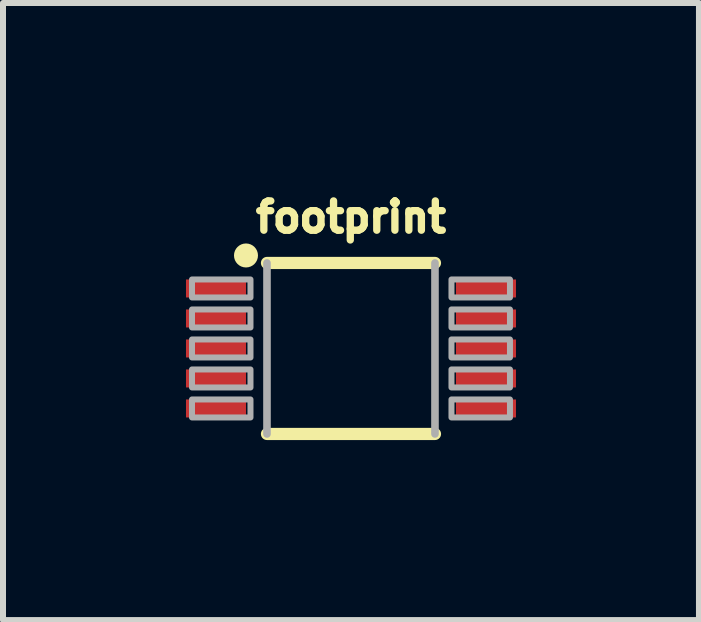
<source format=kicad_pcb>
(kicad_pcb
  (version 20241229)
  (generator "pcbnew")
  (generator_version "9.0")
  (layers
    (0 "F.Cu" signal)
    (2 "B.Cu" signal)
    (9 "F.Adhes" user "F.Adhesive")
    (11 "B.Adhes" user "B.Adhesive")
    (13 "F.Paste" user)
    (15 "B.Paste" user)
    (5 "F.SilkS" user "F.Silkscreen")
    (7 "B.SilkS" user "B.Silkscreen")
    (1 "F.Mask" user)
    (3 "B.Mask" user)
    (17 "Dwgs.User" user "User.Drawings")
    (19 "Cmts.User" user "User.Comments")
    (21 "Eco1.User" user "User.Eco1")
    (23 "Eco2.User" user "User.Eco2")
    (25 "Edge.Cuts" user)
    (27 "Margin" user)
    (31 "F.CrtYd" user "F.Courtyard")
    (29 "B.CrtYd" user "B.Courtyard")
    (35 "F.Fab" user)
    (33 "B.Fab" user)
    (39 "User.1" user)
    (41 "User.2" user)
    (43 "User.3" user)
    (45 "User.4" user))
  (footprint "footprint"
    (layer "F.Cu")
    (at 2.8 2.758)
    (property "Reference" "footprint" (at 0 -1.905 0) (layer "F.SilkS") (effects (font (size 0.488 0.488) (thickness 0.122)) (justify bottom)))
    (fp_poly (pts (xy -2.8 -1.2) (xy -2.8 -0.8) (xy -1.7 -0.8) (xy -1.7 -1.2)) (stroke (width 0) (type solid)) (fill yes) (layer "F.Mask"))
    (fp_poly (pts (xy -2.8 -0.7) (xy -2.8 -0.3) (xy -1.7 -0.3) (xy -1.7 -0.7)) (stroke (width 0) (type solid)) (fill yes) (layer "F.Mask"))
    (fp_poly (pts (xy -2.8 -0.2) (xy -2.8 0.2) (xy -1.7 0.2) (xy -1.7 -0.2)) (stroke (width 0) (type solid)) (fill yes) (layer "F.Mask"))
    (fp_poly (pts (xy -2.8 0.3) (xy -2.8 0.7) (xy -1.7 0.7) (xy -1.7 0.3)) (stroke (width 0) (type solid)) (fill yes) (layer "F.Mask"))
    (fp_poly (pts (xy -2.8 0.8) (xy -2.8 1.2) (xy -1.7 1.2) (xy -1.7 0.8)) (stroke (width 0) (type solid)) (fill yes) (layer "F.Mask"))
    (fp_poly (pts (xy 2.8 -0.8) (xy 2.8 -1.2) (xy 1.7 -1.2) (xy 1.7 -0.8)) (stroke (width 0) (type solid)) (fill yes) (layer "F.Mask"))
    (fp_poly (pts (xy 2.8 -0.3) (xy 2.8 -0.7) (xy 1.7 -0.7) (xy 1.7 -0.3)) (stroke (width 0) (type solid)) (fill yes) (layer "F.Mask"))
    (fp_poly (pts (xy 2.8 0.2) (xy 2.8 -0.2) (xy 1.7 -0.2) (xy 1.7 0.2)) (stroke (width 0) (type solid)) (fill yes) (layer "F.Mask"))
    (fp_poly (pts (xy 2.8 0.7) (xy 2.8 0.3) (xy 1.7 0.3) (xy 1.7 0.7)) (stroke (width 0) (type solid)) (fill yes) (layer "F.Mask"))
    (fp_poly (pts (xy 2.8 1.2) (xy 2.8 0.8) (xy 1.7 0.8) (xy 1.7 1.2)) (stroke (width 0) (type solid)) (fill yes) (layer "F.Mask"))
    (fp_line (start -1.4 1.425) (end 1.4 1.425) (stroke (width 0.203) (type solid)) (layer "F.SilkS"))
    (fp_line (start 1.4 -1.425) (end -1.4 -1.425) (stroke (width 0.203) (type solid)) (layer "F.SilkS"))
    (fp_circle (center -1.75 -1.55) (end -1.65 -1.55) (stroke (width 0.2) (type solid)) (fill yes) (layer "F.SilkS"))
    (fp_poly (pts (xy -2.7 -1.125) (xy -2.7 -0.875) (xy -1.825 -0.875) (xy -1.825 -1.125)) (stroke (width 0) (type solid)) (fill yes) (layer "F.Paste"))
    (fp_poly (pts (xy -2.7 -0.625) (xy -2.7 -0.375) (xy -1.825 -0.375) (xy -1.825 -0.625)) (stroke (width 0) (type solid)) (fill yes) (layer "F.Paste"))
    (fp_poly (pts (xy -2.7 -0.125) (xy -2.7 0.125) (xy -1.825 0.125) (xy -1.825 -0.125)) (stroke (width 0) (type solid)) (fill yes) (layer "F.Paste"))
    (fp_poly (pts (xy -2.7 0.375) (xy -2.7 0.625) (xy -1.825 0.625) (xy -1.825 0.375)) (stroke (width 0) (type solid)) (fill yes) (layer "F.Paste"))
    (fp_poly (pts (xy -2.7 0.875) (xy -2.7 1.125) (xy -1.825 1.125) (xy -1.825 0.875)) (stroke (width 0) (type solid)) (fill yes) (layer "F.Paste"))
    (fp_poly (pts (xy 2.7 -0.875) (xy 2.7 -1.125) (xy 1.825 -1.125) (xy 1.825 -0.875)) (stroke (width 0) (type solid)) (fill yes) (layer "F.Paste"))
    (fp_poly (pts (xy 2.7 -0.375) (xy 2.7 -0.625) (xy 1.825 -0.625) (xy 1.825 -0.375)) (stroke (width 0) (type solid)) (fill yes) (layer "F.Paste"))
    (fp_poly (pts (xy 2.7 0.125) (xy 2.7 -0.125) (xy 1.825 -0.125) (xy 1.825 0.125)) (stroke (width 0) (type solid)) (fill yes) (layer "F.Paste"))
    (fp_poly (pts (xy 2.7 0.625) (xy 2.7 0.375) (xy 1.825 0.375) (xy 1.825 0.625)) (stroke (width 0) (type solid)) (fill yes) (layer "F.Paste"))
    (fp_poly (pts (xy 2.7 1.125) (xy 2.7 0.875) (xy 1.825 0.875) (xy 1.825 1.125)) (stroke (width 0) (type solid)) (fill yes) (layer "F.Paste"))
    (fp_line (start -1.4 -1.425) (end -1.4 1.425) (stroke (width 0.127) (type solid)) (layer "F.Fab"))
    (fp_line (start 1.4 1.425) (end 1.4 -1.425) (stroke (width 0.127) (type solid)) (layer "F.Fab"))
    (fp_poly (pts (xy -2.65 -1.15) (xy -2.65 -0.85) (xy -1.675 -0.85) (xy -1.675 -1.15)) (stroke (width 0.1) (type solid)) (fill no) (layer "F.Fab"))
    (fp_poly (pts (xy -2.65 -0.65) (xy -2.65 -0.35) (xy -1.675 -0.35) (xy -1.675 -0.65)) (stroke (width 0.1) (type solid)) (fill no) (layer "F.Fab"))
    (fp_poly (pts (xy -2.65 -0.15) (xy -2.65 0.15) (xy -1.675 0.15) (xy -1.675 -0.15)) (stroke (width 0.1) (type solid)) (fill no) (layer "F.Fab"))
    (fp_poly (pts (xy -2.65 0.35) (xy -2.65 0.65) (xy -1.675 0.65) (xy -1.675 0.35)) (stroke (width 0.1) (type solid)) (fill no) (layer "F.Fab"))
    (fp_poly (pts (xy -2.65 0.85) (xy -2.65 1.15) (xy -1.675 1.15) (xy -1.675 0.85)) (stroke (width 0.1) (type solid)) (fill no) (layer "F.Fab"))
    (fp_poly (pts (xy 2.65 -0.85) (xy 2.65 -1.15) (xy 1.675 -1.15) (xy 1.675 -0.85)) (stroke (width 0.1) (type solid)) (fill no) (layer "F.Fab"))
    (fp_poly (pts (xy 2.65 -0.35) (xy 2.65 -0.65) (xy 1.675 -0.65) (xy 1.675 -0.35)) (stroke (width 0.1) (type solid)) (fill no) (layer "F.Fab"))
    (fp_poly (pts (xy 2.65 0.15) (xy 2.65 -0.15) (xy 1.675 -0.15) (xy 1.675 0.15)) (stroke (width 0.1) (type solid)) (fill no) (layer "F.Fab"))
    (fp_poly (pts (xy 2.65 0.65) (xy 2.65 0.35) (xy 1.675 0.35) (xy 1.675 0.65)) (stroke (width 0.1) (type solid)) (fill no) (layer "F.Fab"))
    (fp_poly (pts (xy 2.65 1.15) (xy 2.65 0.85) (xy 1.675 0.85) (xy 1.675 1.15)) (stroke (width 0.1) (type solid)) (fill no) (layer "F.Fab"))
    (pad "1" smd rect (at -2.25 -1 270) (size 0.3 1) (layers "F.Cu"))
    (pad "2" smd rect (at -2.25 -0.5 270) (size 0.3 1) (layers "F.Cu"))
    (pad "3" smd rect (at -2.25 0 270) (size 0.3 1) (layers "F.Cu"))
    (pad "4" smd rect (at -2.25 0.5 270) (size 0.3 1) (layers "F.Cu"))
    (pad "5" smd rect (at -2.25 1 270) (size 0.3 1) (layers "F.Cu"))
    (pad "6" smd rect (at 2.25 1 90) (size 0.3 1) (layers "F.Cu"))
    (pad "7" smd rect (at 2.25 0.5 90) (size 0.3 1) (layers "F.Cu"))
    (pad "8" smd rect (at 2.25 0 90) (size 0.3 1) (layers "F.Cu"))
    (pad "9" smd rect (at 2.25 -0.5 90) (size 0.3 1) (layers "F.Cu"))
    (pad "10" smd rect (at 2.25 -1 90) (size 0.3 1) (layers "F.Cu")))
  (gr_rect
    (start -3 -3)
    (end 8.6 7.285)
    (stroke (width 0.1) (type default))
    (fill no)
    (layer "Edge.Cuts")))
</source>
